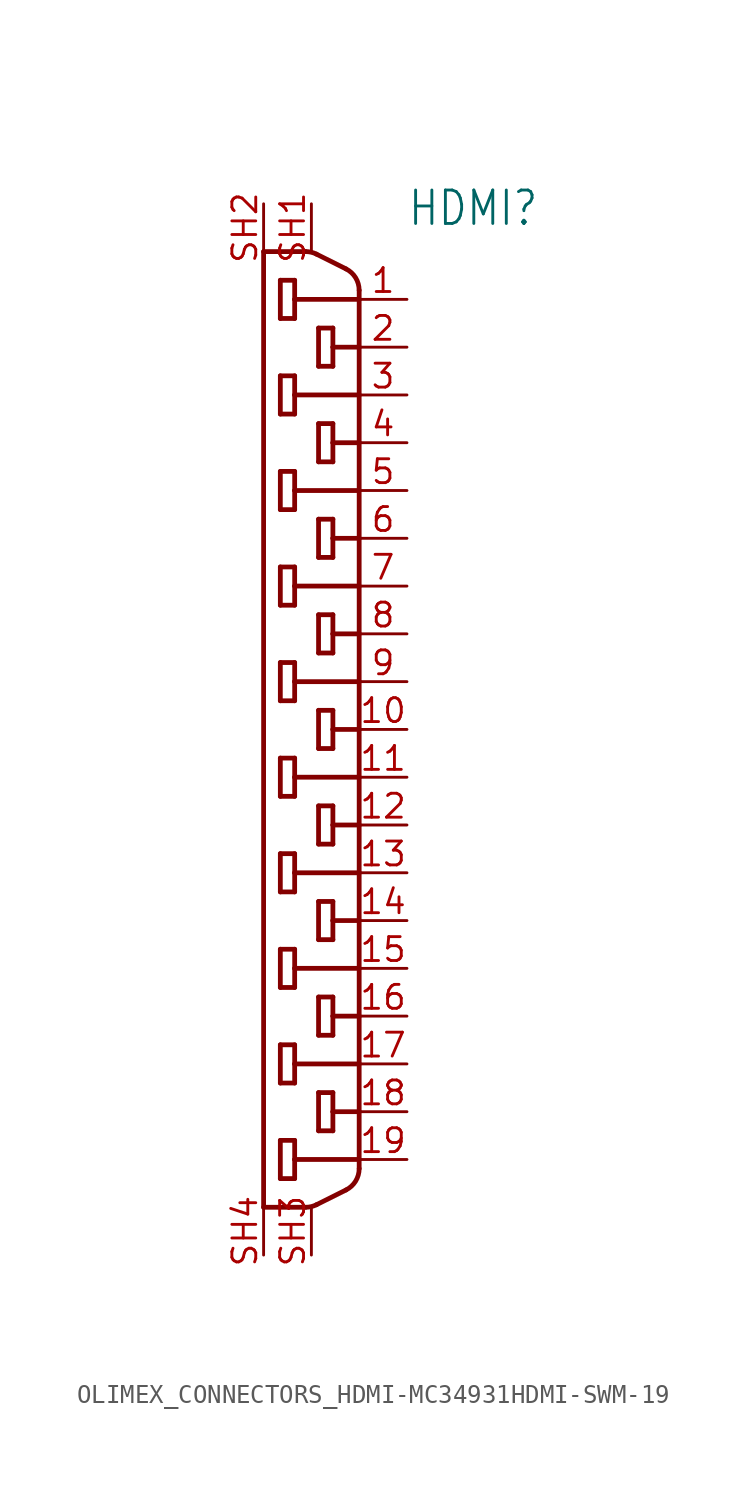
<source format=kicad_sym>
(kicad_symbol_lib
  (version 20231120)
  (generator "kicad_symbol_editor")
  (generator_version "8.0")
  (symbol "OLIMEX_CONNECTORS_HDMI-MC34931HDMI-SWM-19"
    (property "Reference" "HDMI"
      (at 5.08 26.67 0)
      (effects (font (size 1.778 1.511)) (justify left bottom)))
    (property "Value" ""
      (at 5.08 -27.94 0)
      (effects (font (size 1.778 1.511)) (justify left bottom)))
    (property "ki_locked" ""
      (at 0 0 0)
      (effects (font (size 1.27 1.27))))
    (symbol "OLIMEX_CONNECTORS_HDMI-MC34931HDMI-SWM-19_1_0"
      (arc (start -0.2998 -25.4) (mid -0.008 -25.366) (end 0.2682 -25.2659) (stroke (width 0.254) (type solid)) (fill (type none)))
      (polyline (pts (xy -2.54 -25.4) (xy -0.3 -25.4)) (stroke (width 0.254) (type solid)) (fill (type none)))
      (polyline (pts (xy -2.54 25.4) (xy -2.54 -25.4)) (stroke (width 0.254) (type solid)) (fill (type none)))
      (polyline (pts (xy -1.651 -23.876) (xy -1.651 -21.844)) (stroke (width 0.254) (type solid)) (fill (type none)))
      (polyline (pts (xy -1.651 -21.844) (xy -0.889 -21.844)) (stroke (width 0.254) (type solid)) (fill (type none)))
      (polyline (pts (xy -1.651 -18.796) (xy -1.651 -16.764)) (stroke (width 0.254) (type solid)) (fill (type none)))
      (polyline (pts (xy -1.651 -16.764) (xy -0.889 -16.764)) (stroke (width 0.254) (type solid)) (fill (type none)))
      (polyline (pts (xy -1.651 -13.716) (xy -1.651 -11.684)) (stroke (width 0.254) (type solid)) (fill (type none)))
      (polyline (pts (xy -1.651 -11.684) (xy -0.889 -11.684)) (stroke (width 0.254) (type solid)) (fill (type none)))
      (polyline (pts (xy -1.651 -8.636) (xy -1.651 -6.604)) (stroke (width 0.254) (type solid)) (fill (type none)))
      (polyline (pts (xy -1.651 -6.604) (xy -0.889 -6.604)) (stroke (width 0.254) (type solid)) (fill (type none)))
      (polyline (pts (xy -1.651 -3.556) (xy -1.651 -1.524)) (stroke (width 0.254) (type solid)) (fill (type none)))
      (polyline (pts (xy -1.651 -1.524) (xy -0.889 -1.524)) (stroke (width 0.254) (type solid)) (fill (type none)))
      (polyline (pts (xy -1.651 1.524) (xy -1.651 3.556)) (stroke (width 0.254) (type solid)) (fill (type none)))
      (polyline (pts (xy -1.651 3.556) (xy -0.889 3.556)) (stroke (width 0.254) (type solid)) (fill (type none)))
      (polyline (pts (xy -1.651 6.604) (xy -1.651 8.636)) (stroke (width 0.254) (type solid)) (fill (type none)))
      (polyline (pts (xy -1.651 8.636) (xy -0.889 8.636)) (stroke (width 0.254) (type solid)) (fill (type none)))
      (polyline (pts (xy -1.651 11.684) (xy -1.651 13.716)) (stroke (width 0.254) (type solid)) (fill (type none)))
      (polyline (pts (xy -1.651 13.716) (xy -0.889 13.716)) (stroke (width 0.254) (type solid)) (fill (type none)))
      (polyline (pts (xy -1.651 16.764) (xy -1.651 18.796)) (stroke (width 0.254) (type solid)) (fill (type none)))
      (polyline (pts (xy -1.651 18.796) (xy -0.889 18.796)) (stroke (width 0.254) (type solid)) (fill (type none)))
      (polyline (pts (xy -1.651 21.844) (xy -1.651 23.876)) (stroke (width 0.254) (type solid)) (fill (type none)))
      (polyline (pts (xy -1.651 23.876) (xy -0.889 23.876)) (stroke (width 0.254) (type solid)) (fill (type none)))
      (polyline (pts (xy -0.889 -23.876) (xy -1.651 -23.876)) (stroke (width 0.254) (type solid)) (fill (type none)))
      (polyline (pts (xy -0.889 -22.86) (xy -0.889 -23.876)) (stroke (width 0.254) (type solid)) (fill (type none)))
      (polyline (pts (xy -0.889 -21.844) (xy -0.889 -22.86)) (stroke (width 0.254) (type solid)) (fill (type none)))
      (polyline (pts (xy -0.889 -18.796) (xy -1.651 -18.796)) (stroke (width 0.254) (type solid)) (fill (type none)))
      (polyline (pts (xy -0.889 -17.78) (xy -0.889 -18.796)) (stroke (width 0.254) (type solid)) (fill (type none)))
      (polyline (pts (xy -0.889 -16.764) (xy -0.889 -17.78)) (stroke (width 0.254) (type solid)) (fill (type none)))
      (polyline (pts (xy -0.889 -13.716) (xy -1.651 -13.716)) (stroke (width 0.254) (type solid)) (fill (type none)))
      (polyline (pts (xy -0.889 -12.7) (xy -0.889 -13.716)) (stroke (width 0.254) (type solid)) (fill (type none)))
      (polyline (pts (xy -0.889 -11.684) (xy -0.889 -12.7)) (stroke (width 0.254) (type solid)) (fill (type none)))
      (polyline (pts (xy -0.889 -8.636) (xy -1.651 -8.636)) (stroke (width 0.254) (type solid)) (fill (type none)))
      (polyline (pts (xy -0.889 -7.62) (xy -0.889 -8.636)) (stroke (width 0.254) (type solid)) (fill (type none)))
      (polyline (pts (xy -0.889 -6.604) (xy -0.889 -7.62)) (stroke (width 0.254) (type solid)) (fill (type none)))
      (polyline (pts (xy -0.889 -3.556) (xy -1.651 -3.556)) (stroke (width 0.254) (type solid)) (fill (type none)))
      (polyline (pts (xy -0.889 -2.54) (xy -0.889 -3.556)) (stroke (width 0.254) (type solid)) (fill (type none)))
      (polyline (pts (xy -0.889 -1.524) (xy -0.889 -2.54)) (stroke (width 0.254) (type solid)) (fill (type none)))
      (polyline (pts (xy -0.889 1.524) (xy -1.651 1.524)) (stroke (width 0.254) (type solid)) (fill (type none)))
      (polyline (pts (xy -0.889 2.54) (xy -0.889 1.524)) (stroke (width 0.254) (type solid)) (fill (type none)))
      (polyline (pts (xy -0.889 3.556) (xy -0.889 2.54)) (stroke (width 0.254) (type solid)) (fill (type none)))
      (polyline (pts (xy -0.889 6.604) (xy -1.651 6.604)) (stroke (width 0.254) (type solid)) (fill (type none)))
      (polyline (pts (xy -0.889 7.62) (xy -0.889 6.604)) (stroke (width 0.254) (type solid)) (fill (type none)))
      (polyline (pts (xy -0.889 8.636) (xy -0.889 7.62)) (stroke (width 0.254) (type solid)) (fill (type none)))
      (polyline (pts (xy -0.889 11.684) (xy -1.651 11.684)) (stroke (width 0.254) (type solid)) (fill (type none)))
      (polyline (pts (xy -0.889 12.7) (xy -0.889 11.684)) (stroke (width 0.254) (type solid)) (fill (type none)))
      (polyline (pts (xy -0.889 13.716) (xy -0.889 12.7)) (stroke (width 0.254) (type solid)) (fill (type none)))
      (polyline (pts (xy -0.889 16.764) (xy -1.651 16.764)) (stroke (width 0.254) (type solid)) (fill (type none)))
      (polyline (pts (xy -0.889 17.78) (xy -0.889 16.764)) (stroke (width 0.254) (type solid)) (fill (type none)))
      (polyline (pts (xy -0.889 18.796) (xy -0.889 17.78)) (stroke (width 0.254) (type solid)) (fill (type none)))
      (polyline (pts (xy -0.889 21.844) (xy -1.651 21.844)) (stroke (width 0.254) (type solid)) (fill (type none)))
      (polyline (pts (xy -0.889 22.86) (xy -0.889 21.844)) (stroke (width 0.254) (type solid)) (fill (type none)))
      (polyline (pts (xy -0.889 23.876) (xy -0.889 22.86)) (stroke (width 0.254) (type solid)) (fill (type none)))
      (polyline (pts (xy -0.3 25.4) (xy -2.54 25.4)) (stroke (width 0.254) (type solid)) (fill (type none)))
      (polyline (pts (xy 0.268 -25.266) (xy 1.838 -24.481)) (stroke (width 0.254) (type solid)) (fill (type none)))
      (polyline (pts (xy 0.381 -21.336) (xy 0.381 -19.304)) (stroke (width 0.254) (type solid)) (fill (type none)))
      (polyline (pts (xy 0.381 -19.304) (xy 1.143 -19.304)) (stroke (width 0.254) (type solid)) (fill (type none)))
      (polyline (pts (xy 0.381 -16.256) (xy 0.381 -14.224)) (stroke (width 0.254) (type solid)) (fill (type none)))
      (polyline (pts (xy 0.381 -14.224) (xy 1.143 -14.224)) (stroke (width 0.254) (type solid)) (fill (type none)))
      (polyline (pts (xy 0.381 -11.176) (xy 0.381 -9.144)) (stroke (width 0.254) (type solid)) (fill (type none)))
      (polyline (pts (xy 0.381 -9.144) (xy 1.143 -9.144)) (stroke (width 0.254) (type solid)) (fill (type none)))
      (polyline (pts (xy 0.381 -6.096) (xy 0.381 -4.064)) (stroke (width 0.254) (type solid)) (fill (type none)))
      (polyline (pts (xy 0.381 -4.064) (xy 1.143 -4.064)) (stroke (width 0.254) (type solid)) (fill (type none)))
      (polyline (pts (xy 0.381 -1.016) (xy 0.381 1.016)) (stroke (width 0.254) (type solid)) (fill (type none)))
      (polyline (pts (xy 0.381 1.016) (xy 1.143 1.016)) (stroke (width 0.254) (type solid)) (fill (type none)))
      (polyline (pts (xy 0.381 4.064) (xy 0.381 6.096)) (stroke (width 0.254) (type solid)) (fill (type none)))
      (polyline (pts (xy 0.381 6.096) (xy 1.143 6.096)) (stroke (width 0.254) (type solid)) (fill (type none)))
      (polyline (pts (xy 0.381 9.144) (xy 0.381 11.176)) (stroke (width 0.254) (type solid)) (fill (type none)))
      (polyline (pts (xy 0.381 11.176) (xy 1.143 11.176)) (stroke (width 0.254) (type solid)) (fill (type none)))
      (polyline (pts (xy 0.381 14.224) (xy 0.381 16.256)) (stroke (width 0.254) (type solid)) (fill (type none)))
      (polyline (pts (xy 0.381 16.256) (xy 1.143 16.256)) (stroke (width 0.254) (type solid)) (fill (type none)))
      (polyline (pts (xy 0.381 19.304) (xy 0.381 21.336)) (stroke (width 0.254) (type solid)) (fill (type none)))
      (polyline (pts (xy 0.381 21.336) (xy 1.143 21.336)) (stroke (width 0.254) (type solid)) (fill (type none)))
      (polyline (pts (xy 1.143 -21.336) (xy 0.381 -21.336)) (stroke (width 0.254) (type solid)) (fill (type none)))
      (polyline (pts (xy 1.143 -20.32) (xy 1.143 -21.336)) (stroke (width 0.254) (type solid)) (fill (type none)))
      (polyline (pts (xy 1.143 -19.304) (xy 1.143 -20.32)) (stroke (width 0.254) (type solid)) (fill (type none)))
      (polyline (pts (xy 1.143 -16.256) (xy 0.381 -16.256)) (stroke (width 0.254) (type solid)) (fill (type none)))
      (polyline (pts (xy 1.143 -15.24) (xy 1.143 -16.256)) (stroke (width 0.254) (type solid)) (fill (type none)))
      (polyline (pts (xy 1.143 -14.224) (xy 1.143 -15.24)) (stroke (width 0.254) (type solid)) (fill (type none)))
      (polyline (pts (xy 1.143 -11.176) (xy 0.381 -11.176)) (stroke (width 0.254) (type solid)) (fill (type none)))
      (polyline (pts (xy 1.143 -10.16) (xy 1.143 -11.176)) (stroke (width 0.254) (type solid)) (fill (type none)))
      (polyline (pts (xy 1.143 -9.144) (xy 1.143 -10.16)) (stroke (width 0.254) (type solid)) (fill (type none)))
      (polyline (pts (xy 1.143 -6.096) (xy 0.381 -6.096)) (stroke (width 0.254) (type solid)) (fill (type none)))
      (polyline (pts (xy 1.143 -5.08) (xy 1.143 -6.096)) (stroke (width 0.254) (type solid)) (fill (type none)))
      (polyline (pts (xy 1.143 -4.064) (xy 1.143 -5.08)) (stroke (width 0.254) (type solid)) (fill (type none)))
      (polyline (pts (xy 1.143 -1.016) (xy 0.381 -1.016)) (stroke (width 0.254) (type solid)) (fill (type none)))
      (polyline (pts (xy 1.143 0) (xy 1.143 -1.016)) (stroke (width 0.254) (type solid)) (fill (type none)))
      (polyline (pts (xy 1.143 1.016) (xy 1.143 0)) (stroke (width 0.254) (type solid)) (fill (type none)))
      (polyline (pts (xy 1.143 4.064) (xy 0.381 4.064)) (stroke (width 0.254) (type solid)) (fill (type none)))
      (polyline (pts (xy 1.143 5.08) (xy 1.143 4.064)) (stroke (width 0.254) (type solid)) (fill (type none)))
      (polyline (pts (xy 1.143 6.096) (xy 1.143 5.08)) (stroke (width 0.254) (type solid)) (fill (type none)))
      (polyline (pts (xy 1.143 9.144) (xy 0.381 9.144)) (stroke (width 0.254) (type solid)) (fill (type none)))
      (polyline (pts (xy 1.143 10.16) (xy 1.143 9.144)) (stroke (width 0.254) (type solid)) (fill (type none)))
      (polyline (pts (xy 1.143 11.176) (xy 1.143 10.16)) (stroke (width 0.254) (type solid)) (fill (type none)))
      (polyline (pts (xy 1.143 14.224) (xy 0.381 14.224)) (stroke (width 0.254) (type solid)) (fill (type none)))
      (polyline (pts (xy 1.143 15.24) (xy 1.143 14.224)) (stroke (width 0.254) (type solid)) (fill (type none)))
      (polyline (pts (xy 1.143 16.256) (xy 1.143 15.24)) (stroke (width 0.254) (type solid)) (fill (type none)))
      (polyline (pts (xy 1.143 19.304) (xy 0.381 19.304)) (stroke (width 0.254) (type solid)) (fill (type none)))
      (polyline (pts (xy 1.143 20.32) (xy 1.143 19.304)) (stroke (width 0.254) (type solid)) (fill (type none)))
      (polyline (pts (xy 1.143 21.336) (xy 1.143 20.32)) (stroke (width 0.254) (type solid)) (fill (type none)))
      (polyline (pts (xy 1.838 24.481) (xy 0.268 25.266)) (stroke (width 0.254) (type solid)) (fill (type none)))
      (polyline (pts (xy 2.54 -23.345) (xy 2.54 -22.86)) (stroke (width 0.254) (type solid)) (fill (type none)))
      (polyline (pts (xy 2.54 -22.86) (xy -0.889 -22.86)) (stroke (width 0.254) (type solid)) (fill (type none)))
      (polyline (pts (xy 2.54 -22.86) (xy 2.54 -20.32)) (stroke (width 0.254) (type solid)) (fill (type none)))
      (polyline (pts (xy 2.54 -20.32) (xy 1.143 -20.32)) (stroke (width 0.254) (type solid)) (fill (type none)))
      (polyline (pts (xy 2.54 -20.32) (xy 2.54 -17.78)) (stroke (width 0.254) (type solid)) (fill (type none)))
      (polyline (pts (xy 2.54 -17.78) (xy -0.889 -17.78)) (stroke (width 0.254) (type solid)) (fill (type none)))
      (polyline (pts (xy 2.54 -17.78) (xy 2.54 -15.24)) (stroke (width 0.254) (type solid)) (fill (type none)))
      (polyline (pts (xy 2.54 -15.24) (xy 1.143 -15.24)) (stroke (width 0.254) (type solid)) (fill (type none)))
      (polyline (pts (xy 2.54 -15.24) (xy 2.54 -12.7)) (stroke (width 0.254) (type solid)) (fill (type none)))
      (polyline (pts (xy 2.54 -12.7) (xy -0.889 -12.7)) (stroke (width 0.254) (type solid)) (fill (type none)))
      (polyline (pts (xy 2.54 -12.7) (xy 2.54 -10.16)) (stroke (width 0.254) (type solid)) (fill (type none)))
      (polyline (pts (xy 2.54 -10.16) (xy 1.143 -10.16)) (stroke (width 0.254) (type solid)) (fill (type none)))
      (polyline (pts (xy 2.54 -10.16) (xy 2.54 -7.62)) (stroke (width 0.254) (type solid)) (fill (type none)))
      (polyline (pts (xy 2.54 -7.62) (xy -0.889 -7.62)) (stroke (width 0.254) (type solid)) (fill (type none)))
      (polyline (pts (xy 2.54 -7.62) (xy 2.54 -5.08)) (stroke (width 0.254) (type solid)) (fill (type none)))
      (polyline (pts (xy 2.54 -5.08) (xy 1.143 -5.08)) (stroke (width 0.254) (type solid)) (fill (type none)))
      (polyline (pts (xy 2.54 -5.08) (xy 2.54 -2.54)) (stroke (width 0.254) (type solid)) (fill (type none)))
      (polyline (pts (xy 2.54 -2.54) (xy -0.889 -2.54)) (stroke (width 0.254) (type solid)) (fill (type none)))
      (polyline (pts (xy 2.54 -2.54) (xy 2.54 0)) (stroke (width 0.254) (type solid)) (fill (type none)))
      (polyline (pts (xy 2.54 0) (xy 1.143 0)) (stroke (width 0.254) (type solid)) (fill (type none)))
      (polyline (pts (xy 2.54 0) (xy 2.54 2.54)) (stroke (width 0.254) (type solid)) (fill (type none)))
      (polyline (pts (xy 2.54 2.54) (xy -0.889 2.54)) (stroke (width 0.254) (type solid)) (fill (type none)))
      (polyline (pts (xy 2.54 2.54) (xy 2.54 5.08)) (stroke (width 0.254) (type solid)) (fill (type none)))
      (polyline (pts (xy 2.54 5.08) (xy 1.143 5.08)) (stroke (width 0.254) (type solid)) (fill (type none)))
      (polyline (pts (xy 2.54 5.08) (xy 2.54 7.62)) (stroke (width 0.254) (type solid)) (fill (type none)))
      (polyline (pts (xy 2.54 7.62) (xy -0.889 7.62)) (stroke (width 0.254) (type solid)) (fill (type none)))
      (polyline (pts (xy 2.54 7.62) (xy 2.54 10.16)) (stroke (width 0.254) (type solid)) (fill (type none)))
      (polyline (pts (xy 2.54 10.16) (xy 1.143 10.16)) (stroke (width 0.254) (type solid)) (fill (type none)))
      (polyline (pts (xy 2.54 10.16) (xy 2.54 12.7)) (stroke (width 0.254) (type solid)) (fill (type none)))
      (polyline (pts (xy 2.54 12.7) (xy -0.889 12.7)) (stroke (width 0.254) (type solid)) (fill (type none)))
      (polyline (pts (xy 2.54 12.7) (xy 2.54 15.24)) (stroke (width 0.254) (type solid)) (fill (type none)))
      (polyline (pts (xy 2.54 15.24) (xy 1.143 15.24)) (stroke (width 0.254) (type solid)) (fill (type none)))
      (polyline (pts (xy 2.54 15.24) (xy 2.54 17.78)) (stroke (width 0.254) (type solid)) (fill (type none)))
      (polyline (pts (xy 2.54 17.78) (xy -0.889 17.78)) (stroke (width 0.254) (type solid)) (fill (type none)))
      (polyline (pts (xy 2.54 17.78) (xy 2.54 20.32)) (stroke (width 0.254) (type solid)) (fill (type none)))
      (polyline (pts (xy 2.54 20.32) (xy 1.143 20.32)) (stroke (width 0.254) (type solid)) (fill (type none)))
      (polyline (pts (xy 2.54 20.32) (xy 2.54 22.86)) (stroke (width 0.254) (type solid)) (fill (type none)))
      (polyline (pts (xy 2.54 22.86) (xy -0.889 22.86)) (stroke (width 0.254) (type solid)) (fill (type none)))
      (polyline (pts (xy 2.54 22.86) (xy 2.54 23.345)) (stroke (width 0.254) (type solid)) (fill (type none)))
      (arc (start 0.2682 25.2659) (mid -0.008 25.366) (end -0.2998 25.4) (stroke (width 0.254) (type solid)) (fill (type none)))
      (arc (start 1.838 -24.481) (mid 2.3503 -24.0127) (end 2.5399 -23.345) (stroke (width 0.254) (type solid)) (fill (type none)))
      (arc (start 2.54 23.3451) (mid 2.3503 24.0128) (end 1.8379 24.4811) (stroke (width 0.254) (type solid)) (fill (type none)))
      (pin bidirectional line (at 5.08 22.86 180) (length 2.54) (name "1" (effects (font (size 0 0)))) (number "1" (effects (font (size 1.27 1.27)))))
      (pin bidirectional line (at 5.08 0 180) (length 2.54) (name "10" (effects (font (size 0 0)))) (number "10" (effects (font (size 1.27 1.27)))))
      (pin bidirectional line (at 5.08 -2.54 180) (length 2.54) (name "11" (effects (font (size 0 0)))) (number "11" (effects (font (size 1.27 1.27)))))
      (pin bidirectional line (at 5.08 -5.08 180) (length 2.54) (name "12" (effects (font (size 0 0)))) (number "12" (effects (font (size 1.27 1.27)))))
      (pin bidirectional line (at 5.08 -7.62 180) (length 2.54) (name "13" (effects (font (size 0 0)))) (number "13" (effects (font (size 1.27 1.27)))))
      (pin bidirectional line (at 5.08 -10.16 180) (length 2.54) (name "14" (effects (font (size 0 0)))) (number "14" (effects (font (size 1.27 1.27)))))
      (pin bidirectional line (at 5.08 -12.7 180) (length 2.54) (name "15" (effects (font (size 0 0)))) (number "15" (effects (font (size 1.27 1.27)))))
      (pin bidirectional line (at 5.08 -15.24 180) (length 2.54) (name "16" (effects (font (size 0 0)))) (number "16" (effects (font (size 1.27 1.27)))))
      (pin bidirectional line (at 5.08 -17.78 180) (length 2.54) (name "17" (effects (font (size 0 0)))) (number "17" (effects (font (size 1.27 1.27)))))
      (pin bidirectional line (at 5.08 -20.32 180) (length 2.54) (name "18" (effects (font (size 0 0)))) (number "18" (effects (font (size 1.27 1.27)))))
      (pin bidirectional line (at 5.08 -22.86 180) (length 2.54) (name "19" (effects (font (size 0 0)))) (number "19" (effects (font (size 1.27 1.27)))))
      (pin bidirectional line (at 5.08 20.32 180) (length 2.54) (name "2" (effects (font (size 0 0)))) (number "2" (effects (font (size 1.27 1.27)))))
      (pin bidirectional line (at 5.08 17.78 180) (length 2.54) (name "3" (effects (font (size 0 0)))) (number "3" (effects (font (size 1.27 1.27)))))
      (pin bidirectional line (at 5.08 15.24 180) (length 2.54) (name "4" (effects (font (size 0 0)))) (number "4" (effects (font (size 1.27 1.27)))))
      (pin bidirectional line (at 5.08 12.7 180) (length 2.54) (name "5" (effects (font (size 0 0)))) (number "5" (effects (font (size 1.27 1.27)))))
      (pin bidirectional line (at 5.08 10.16 180) (length 2.54) (name "6" (effects (font (size 0 0)))) (number "6" (effects (font (size 1.27 1.27)))))
      (pin bidirectional line (at 5.08 7.62 180) (length 2.54) (name "7" (effects (font (size 0 0)))) (number "7" (effects (font (size 1.27 1.27)))))
      (pin bidirectional line (at 5.08 5.08 180) (length 2.54) (name "8" (effects (font (size 0 0)))) (number "8" (effects (font (size 1.27 1.27)))))
      (pin bidirectional line (at 5.08 2.54 180) (length 2.54) (name "9" (effects (font (size 0 0)))) (number "9" (effects (font (size 1.27 1.27)))))
      (pin input line (at 0 27.94 270) (length 2.54) (name "20" (effects (font (size 0 0)))) (number "SH1" (effects (font (size 1.27 1.27)))))
      (pin input line (at -2.54 27.94 270) (length 2.54) (name "21" (effects (font (size 0 0)))) (number "SH2" (effects (font (size 1.27 1.27)))))
      (pin input line (at 0 -27.94 90) (length 2.54) (name "22" (effects (font (size 0 0)))) (number "SH3" (effects (font (size 1.27 1.27)))))
      (pin input line (at -2.54 -27.94 90) (length 2.54) (name "23" (effects (font (size 0 0)))) (number "SH4" (effects (font (size 1.27 1.27))))))))
</source>
